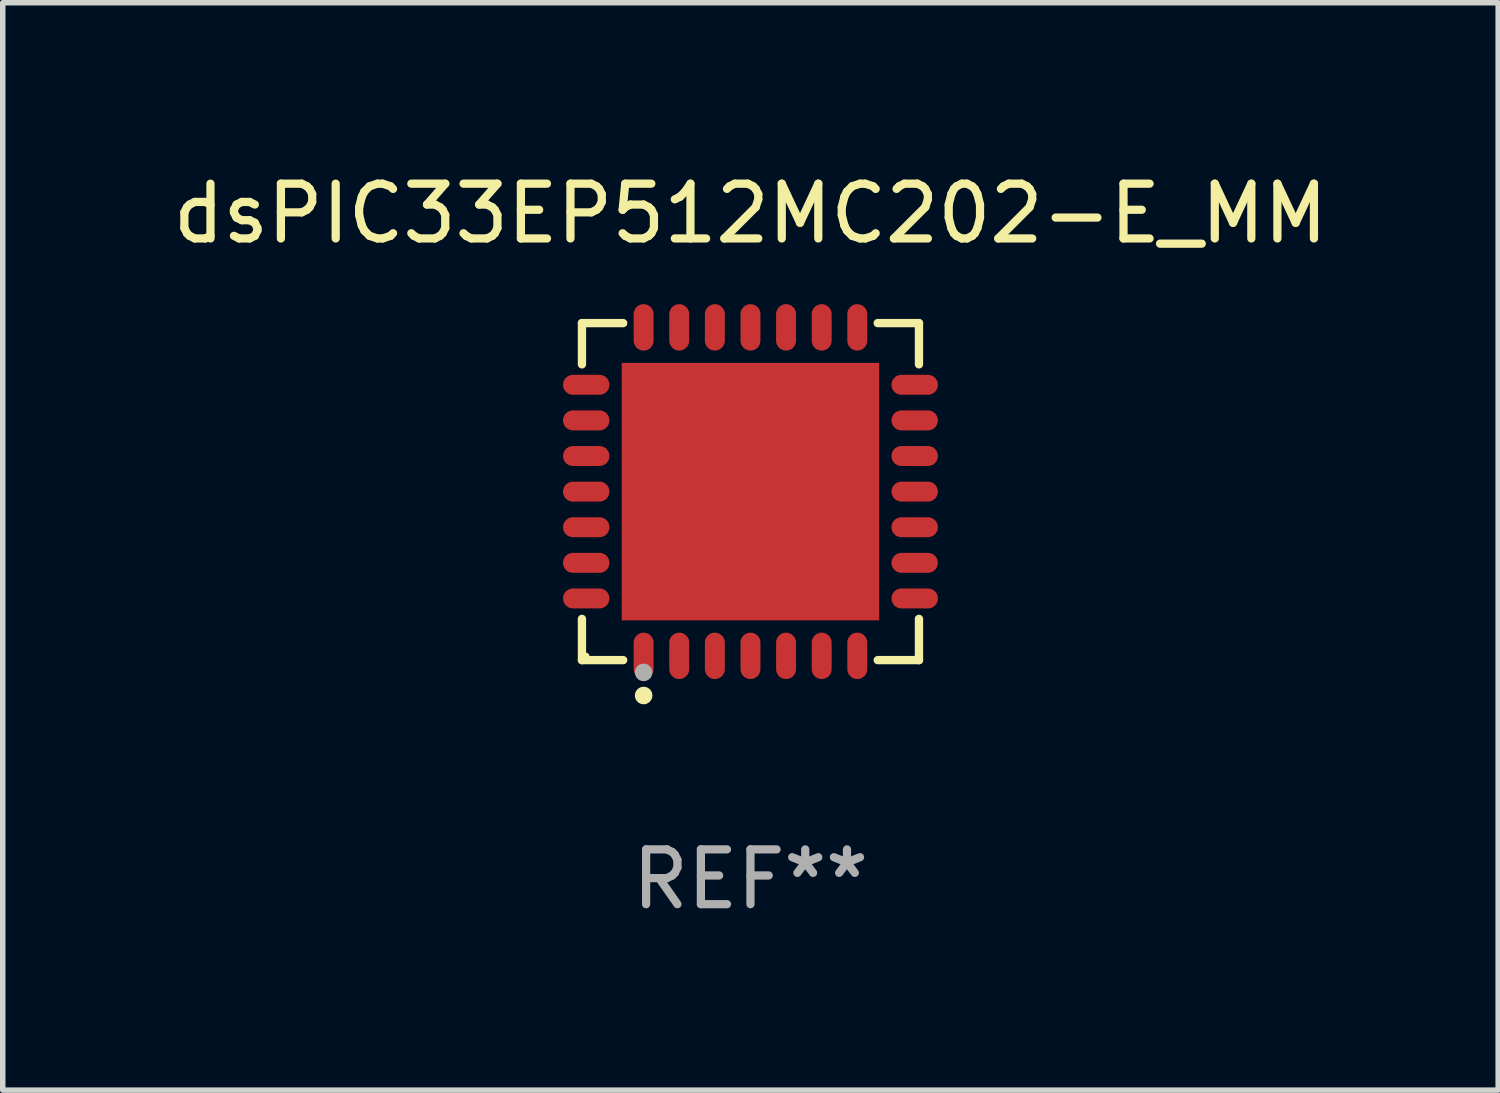
<source format=kicad_pcb>
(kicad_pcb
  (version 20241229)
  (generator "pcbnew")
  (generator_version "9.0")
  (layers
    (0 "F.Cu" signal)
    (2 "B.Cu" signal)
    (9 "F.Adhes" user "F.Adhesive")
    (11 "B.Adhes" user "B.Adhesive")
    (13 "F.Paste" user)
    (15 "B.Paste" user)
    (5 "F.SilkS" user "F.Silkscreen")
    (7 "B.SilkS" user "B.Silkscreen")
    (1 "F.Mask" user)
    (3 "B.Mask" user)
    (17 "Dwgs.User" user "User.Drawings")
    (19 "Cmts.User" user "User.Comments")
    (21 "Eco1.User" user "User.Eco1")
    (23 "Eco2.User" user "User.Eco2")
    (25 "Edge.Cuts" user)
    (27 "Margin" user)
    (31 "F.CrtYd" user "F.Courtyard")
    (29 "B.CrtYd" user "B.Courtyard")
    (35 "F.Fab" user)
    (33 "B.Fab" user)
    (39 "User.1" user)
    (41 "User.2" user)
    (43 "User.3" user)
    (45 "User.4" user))
  (footprint "dsPIC33EP512MC202-E_MM"
    (layer "F.Cu")
    (at 10.649 5.924)
    (property "Reference" "dsPIC33EP512MC202-E_MM" (at 0 -5.076 0) (layer "F.SilkS") (effects (font (size 1 1) (thickness 0.15))))
    (attr through_hole)
    (fp_line (start -3.076 -3.076) (end -2.323 -3.076) (stroke (width 0.152) (type solid)) (layer "F.SilkS"))
    (fp_line (start -3.076 -2.323) (end -3.076 -3.076) (stroke (width 0.152) (type solid)) (layer "F.SilkS"))
    (fp_line (start -3.076 2.323) (end -3.076 3.076) (stroke (width 0.152) (type solid)) (layer "F.SilkS"))
    (fp_line (start -3.076 3.076) (end -2.323 3.076) (stroke (width 0.152) (type solid)) (layer "F.SilkS"))
    (fp_line (start 3.076 -3.076) (end 2.323 -3.076) (stroke (width 0.152) (type solid)) (layer "F.SilkS"))
    (fp_line (start 3.076 -2.323) (end 3.076 -3.076) (stroke (width 0.152) (type solid)) (layer "F.SilkS"))
    (fp_line (start 3.076 2.323) (end 3.076 3.076) (stroke (width 0.152) (type solid)) (layer "F.SilkS"))
    (fp_line (start 3.076 3.076) (end 2.323 3.076) (stroke (width 0.152) (type solid)) (layer "F.SilkS"))
    (fp_circle (center -3 3) (end -2.97 3) (stroke (width 0.06) (type solid)) (fill no) (layer "F.SilkS"))
    (fp_circle (center -1.95 3.722) (end -1.87 3.722) (stroke (width 0.16) (type solid)) (fill no) (layer "F.SilkS"))
    (fp_circle (center -1.95 3.3) (end -1.87 3.3) (stroke (width 0.16) (type solid)) (fill no) (layer "F.Fab"))
    (fp_text user "REF**" (at 0 7.076 0) (layer "F.Fab") (effects (font (size 1 1) (thickness 0.15))))
    (pad "1" smd oval (at -1.95 2.998) (size 0.364 0.847) (layers "F.Cu" "F.Mask" "F.Paste"))
    (pad "2" smd oval (at -1.3 2.998) (size 0.364 0.847) (layers "F.Cu" "F.Mask" "F.Paste"))
    (pad "3" smd oval (at -0.65 2.998) (size 0.364 0.847) (layers "F.Cu" "F.Mask" "F.Paste"))
    (pad "4" smd oval (at 0 2.998) (size 0.364 0.847) (layers "F.Cu" "F.Mask" "F.Paste"))
    (pad "5" smd oval (at 0.65 2.998) (size 0.364 0.847) (layers "F.Cu" "F.Mask" "F.Paste"))
    (pad "6" smd oval (at 1.3 2.998) (size 0.364 0.847) (layers "F.Cu" "F.Mask" "F.Paste"))
    (pad "7" smd oval (at 1.95 2.998) (size 0.364 0.847) (layers "F.Cu" "F.Mask" "F.Paste"))
    (pad "8" smd oval (at 2.998 1.95) (size 0.847 0.364) (layers "F.Cu" "F.Mask" "F.Paste"))
    (pad "9" smd oval (at 2.998 1.3) (size 0.847 0.364) (layers "F.Cu" "F.Mask" "F.Paste"))
    (pad "10" smd oval (at 2.998 0.65) (size 0.847 0.364) (layers "F.Cu" "F.Mask" "F.Paste"))
    (pad "11" smd oval (at 2.998 0) (size 0.847 0.364) (layers "F.Cu" "F.Mask" "F.Paste"))
    (pad "12" smd oval (at 2.998 -0.65) (size 0.847 0.364) (layers "F.Cu" "F.Mask" "F.Paste"))
    (pad "13" smd oval (at 2.998 -1.3) (size 0.847 0.364) (layers "F.Cu" "F.Mask" "F.Paste"))
    (pad "14" smd oval (at 2.998 -1.95) (size 0.847 0.364) (layers "F.Cu" "F.Mask" "F.Paste"))
    (pad "15" smd oval (at 1.95 -2.998) (size 0.364 0.847) (layers "F.Cu" "F.Mask" "F.Paste"))
    (pad "16" smd oval (at 1.3 -2.998) (size 0.364 0.847) (layers "F.Cu" "F.Mask" "F.Paste"))
    (pad "17" smd oval (at 0.65 -2.998) (size 0.364 0.847) (layers "F.Cu" "F.Mask" "F.Paste"))
    (pad "18" smd oval (at 0 -2.998) (size 0.364 0.847) (layers "F.Cu" "F.Mask" "F.Paste"))
    (pad "19" smd oval (at -0.65 -2.998) (size 0.364 0.847) (layers "F.Cu" "F.Mask" "F.Paste"))
    (pad "20" smd oval (at -1.3 -2.998) (size 0.364 0.847) (layers "F.Cu" "F.Mask" "F.Paste"))
    (pad "21" smd oval (at -1.95 -2.998) (size 0.364 0.847) (layers "F.Cu" "F.Mask" "F.Paste"))
    (pad "22" smd oval (at -2.998 -1.95) (size 0.847 0.364) (layers "F.Cu" "F.Mask" "F.Paste"))
    (pad "23" smd oval (at -2.998 -1.3) (size 0.847 0.364) (layers "F.Cu" "F.Mask" "F.Paste"))
    (pad "24" smd oval (at -2.998 -0.65) (size 0.847 0.364) (layers "F.Cu" "F.Mask" "F.Paste"))
    (pad "25" smd oval (at -2.998 0) (size 0.847 0.364) (layers "F.Cu" "F.Mask" "F.Paste"))
    (pad "26" smd oval (at -2.998 0.65) (size 0.847 0.364) (layers "F.Cu" "F.Mask" "F.Paste"))
    (pad "27" smd oval (at -2.998 1.3) (size 0.847 0.364) (layers "F.Cu" "F.Mask" "F.Paste"))
    (pad "28" smd oval (at -2.998 1.95) (size 0.847 0.364) (layers "F.Cu" "F.Mask" "F.Paste"))
    (pad "29" smd rect (at 0 0) (size 4.7 4.7) (layers "F.Cu" "F.Mask" "F.Paste")))
  (gr_rect
    (start -3 -3)
    (end 24.298 16.849)
    (stroke (width 0.1) (type default))
    (fill no)
    (layer "Edge.Cuts")))
</source>
